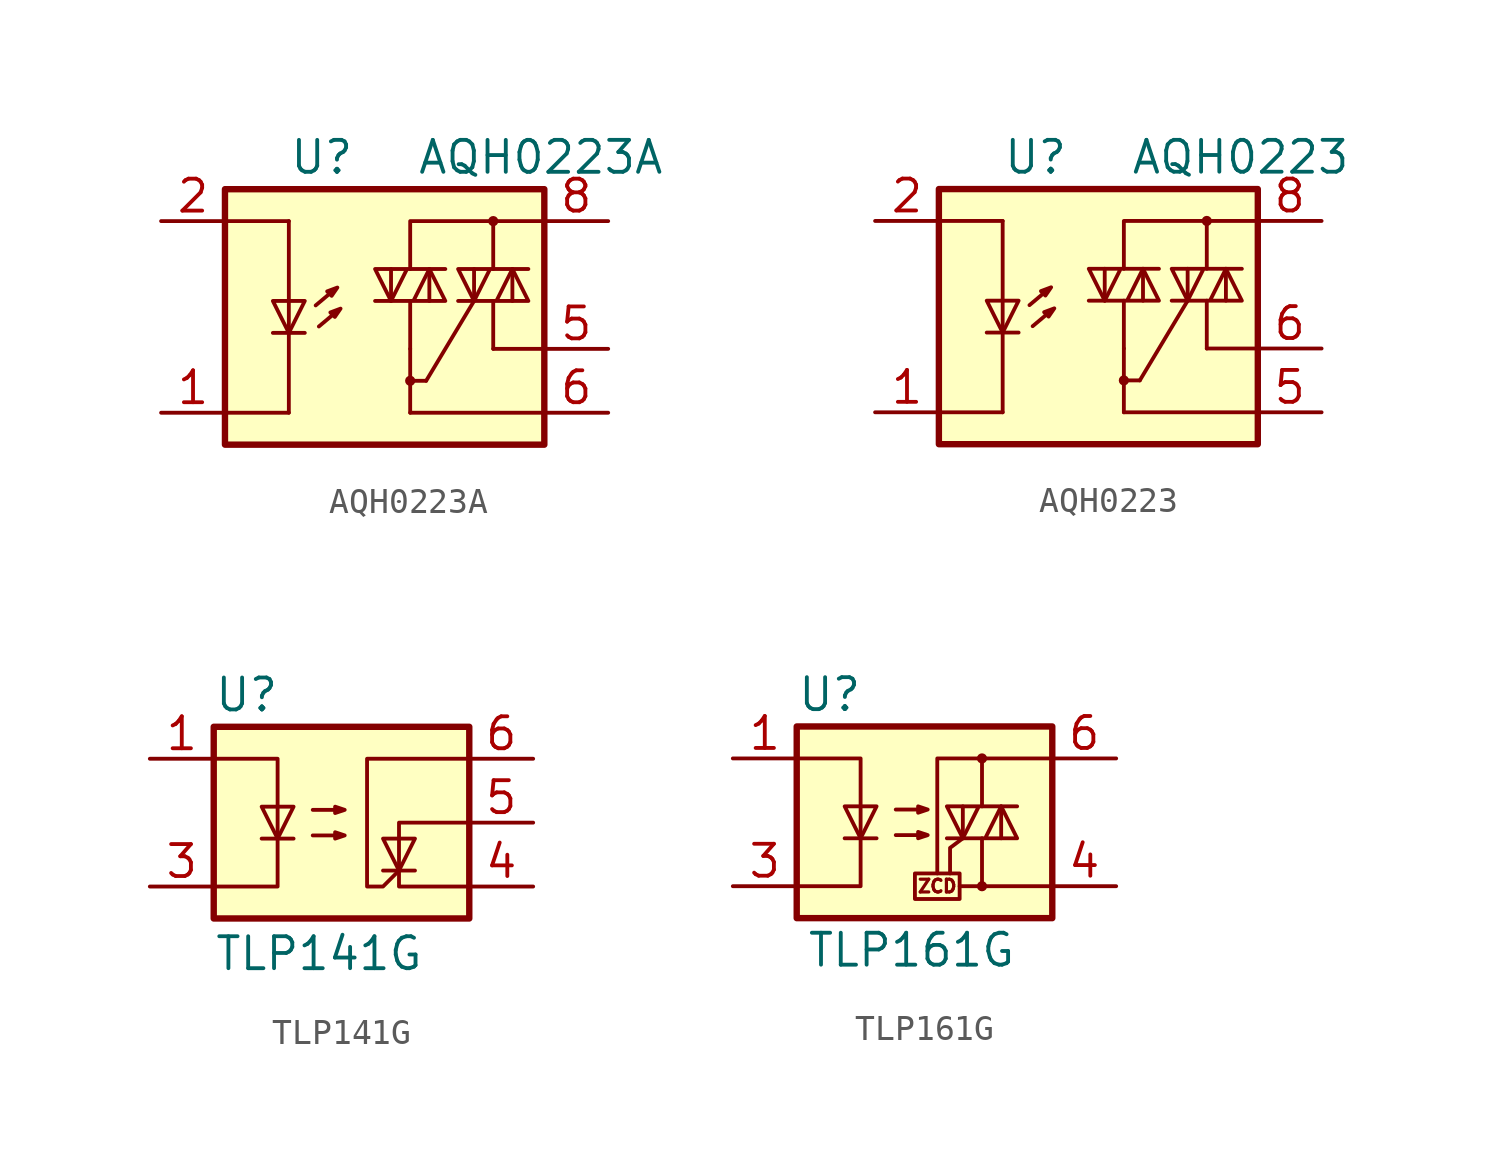
<source format=kicad_sym>
(kicad_symbol_lib
  (version 20201005)
  (generator kicad_symbol_editor)
  (symbol "AQH0223A"
    (property "Reference" "U"
      (at -5.08 5.08 0)
      (effects (font (size 1.27 1.27)) (justify left)))
    (property "Value" "AQH0223A"
      (at 0 5.08 0)
      (effects (font (size 1.27 1.27)) (justify left)))
    (symbol "AQH0223A_1_1"
      (circle (center -0.254 -3.81) (radius 0.127) (stroke (width 0)) (fill (type none)))
      (circle (center 3.048 2.54) (radius 0.127) (stroke (width 0)) (fill (type none)))
      (rectangle (start -7.62 3.81) (end 5.08 -6.35) (stroke (width 0.254)) (fill (type background)))
      (polyline (pts (xy -5.715 -1.905) (xy -4.445 -1.905)) (stroke (width 0)) (fill (type none)))
      (polyline (pts (xy -5.08 -5.08) (xy -7.62 -5.08)) (stroke (width 0)) (fill (type none)))
      (polyline (pts (xy -5.08 -1.905) (xy -5.08 -5.08)) (stroke (width 0)) (fill (type none)))
      (polyline (pts (xy -5.08 -0.635) (xy -5.08 -1.905)) (stroke (width 0)) (fill (type none)))
      (polyline (pts (xy -5.08 -0.635) (xy -5.08 2.54)) (stroke (width 0)) (fill (type none)))
      (polyline (pts (xy -5.08 2.54) (xy -7.493 2.54)) (stroke (width 0)) (fill (type none)))
      (polyline (pts (xy -3.378 -0.279) (xy -4.013 -0.813)) (stroke (width 0)) (fill (type none)))
      (polyline (pts (xy -3.251 -1.118) (xy -3.886 -1.651)) (stroke (width 0)) (fill (type none)))
      (polyline (pts (xy -1.016 -0.635) (xy -1.016 0.635)) (stroke (width 0)) (fill (type none)))
      (polyline (pts (xy -0.254 -3.81) (xy 0.381 -3.81)) (stroke (width 0)) (fill (type none)))
      (polyline (pts (xy -0.254 -2.54) (xy -0.254 -5.08)) (stroke (width 0)) (fill (type none)))
      (polyline (pts (xy -0.254 -2.54) (xy -0.254 -0.635)) (stroke (width 0)) (fill (type none)))
      (polyline (pts (xy 0.381 -3.81) (xy 2.286 -0.635)) (stroke (width 0)) (fill (type none)))
      (polyline (pts (xy 0.508 0.635) (xy 0.508 -0.635)) (stroke (width 0)) (fill (type none)))
      (polyline (pts (xy 2.286 -0.635) (xy 2.286 0.635)) (stroke (width 0)) (fill (type none)))
      (polyline (pts (xy 3.048 -2.54) (xy 5.08 -2.54)) (stroke (width 0)) (fill (type none)))
      (polyline (pts (xy 3.048 -0.635) (xy 3.048 -2.54)) (stroke (width 0)) (fill (type none)))
      (polyline (pts (xy 3.048 2.54) (xy 3.048 0.635)) (stroke (width 0)) (fill (type none)))
      (polyline (pts (xy 3.81 0.635) (xy 3.81 -0.635)) (stroke (width 0)) (fill (type none)))
      (polyline (pts (xy 5.08 -5.08) (xy -0.254 -5.08)) (stroke (width 0)) (fill (type none)))
      (polyline (pts (xy 5.08 2.54) (xy 3.048 2.54)) (stroke (width 0)) (fill (type none)))
      (polyline (pts (xy 3.048 2.54) (xy -0.254 2.54) (xy -0.254 0.635)) (stroke (width 0)) (fill (type none)))
      (polyline (pts (xy -5.08 -1.905) (xy -5.715 -0.635) (xy -4.445 -0.635) (xy -5.08 -1.905)) (stroke (width 0)) (fill (type none)))
      (polyline (pts (xy -3.556 -0.254) (xy -3.378 -0.432) (xy -3.15 -0.102) (xy -3.556 -0.254)) (stroke (width 0)) (fill (type none)))
      (polyline (pts (xy -3.429 -1.092) (xy -3.251 -1.27) (xy -3.023 -0.94) (xy -3.429 -1.092)) (stroke (width 0)) (fill (type none)))
      (polyline (pts (xy -1.651 -0.635) (xy 1.143 -0.635) (xy 0.508 0.635) (xy -0.127 -0.635)) (stroke (width 0)) (fill (type none)))
      (polyline (pts (xy 1.143 0.635) (xy -1.651 0.635) (xy -1.016 -0.635) (xy -0.381 0.635)) (stroke (width 0)) (fill (type none)))
      (polyline (pts (xy 1.651 -0.635) (xy 4.445 -0.635) (xy 3.81 0.635) (xy 3.175 -0.635)) (stroke (width 0)) (fill (type none)))
      (polyline (pts (xy 4.445 0.635) (xy 1.651 0.635) (xy 2.286 -0.635) (xy 2.921 0.635)) (stroke (width 0)) (fill (type none)))
      (pin passive line (at -10.16 -5.08 0) (length 2.54) (name "~" (effects (font (size 1.27 1.27)))) (number "1" (effects (font (size 1.27 1.27)))))
      (pin passive line (at -10.16 2.54 0) (length 2.54) (name "~" (effects (font (size 1.27 1.27)))) (number "2" (effects (font (size 1.27 1.27)))))
      (pin passive line (at -10.16 -5.08 0) (length 2.54) hide (name "~" (effects (font (size 1.27 1.27)))) (number "3" (effects (font (size 1.27 1.27)))))
      (pin passive line (at -10.16 -5.08 0) (length 2.54) hide (name "~" (effects (font (size 1.27 1.27)))) (number "4" (effects (font (size 1.27 1.27)))))
      (pin passive line (at 7.62 -2.54 180) (length 2.54) (name "~" (effects (font (size 1.27 1.27)))) (number "5" (effects (font (size 1.27 1.27)))))
      (pin passive line (at 7.62 -5.08 180) (length 2.54) (name "~" (effects (font (size 1.27 1.27)))) (number "6" (effects (font (size 1.27 1.27)))))
      (pin passive line (at 7.62 2.54 180) (length 2.54) (name "~" (effects (font (size 1.27 1.27)))) (number "8" (effects (font (size 1.27 1.27)))))))
  (symbol "AQH0223"
    (property "Reference" "U"
      (at -5.08 5.08 0)
      (effects (font (size 1.27 1.27)) (justify left)))
    (property "Value" "AQH0223"
      (at 0 5.08 0)
      (effects (font (size 1.27 1.27)) (justify left)))
    (symbol "AQH0223_0_1"
      (polyline (pts (xy 3.048 -2.54) (xy 5.08 -2.54)) (stroke (width 0)) (fill (type none)))
      (polyline (pts (xy 3.048 -0.635) (xy 3.048 -2.54)) (stroke (width 0)) (fill (type none))))
    (symbol "AQH0223_1_1"
      (circle (center -0.254 -3.81) (radius 0.127) (stroke (width 0)) (fill (type none)))
      (circle (center 3.048 2.54) (radius 0.127) (stroke (width 0)) (fill (type none)))
      (rectangle (start -7.62 3.81) (end 5.08 -6.35) (stroke (width 0.254)) (fill (type background)))
      (polyline (pts (xy -5.715 -1.905) (xy -4.445 -1.905)) (stroke (width 0)) (fill (type none)))
      (polyline (pts (xy -5.08 -5.08) (xy -7.62 -5.08)) (stroke (width 0)) (fill (type none)))
      (polyline (pts (xy -5.08 -1.905) (xy -5.08 -5.08)) (stroke (width 0)) (fill (type none)))
      (polyline (pts (xy -5.08 -0.635) (xy -5.08 -1.905)) (stroke (width 0)) (fill (type none)))
      (polyline (pts (xy -5.08 -0.635) (xy -5.08 2.54)) (stroke (width 0)) (fill (type none)))
      (polyline (pts (xy -5.08 2.54) (xy -7.493 2.54)) (stroke (width 0)) (fill (type none)))
      (polyline (pts (xy -3.378 -0.279) (xy -4.013 -0.813)) (stroke (width 0)) (fill (type none)))
      (polyline (pts (xy -3.251 -1.118) (xy -3.886 -1.651)) (stroke (width 0)) (fill (type none)))
      (polyline (pts (xy -1.016 -0.635) (xy -1.016 0.635)) (stroke (width 0)) (fill (type none)))
      (polyline (pts (xy -0.254 -3.81) (xy 0.381 -3.81)) (stroke (width 0)) (fill (type none)))
      (polyline (pts (xy -0.254 -2.54) (xy -0.254 -5.08)) (stroke (width 0)) (fill (type none)))
      (polyline (pts (xy -0.254 -2.54) (xy -0.254 -0.635)) (stroke (width 0)) (fill (type none)))
      (polyline (pts (xy 0.381 -3.81) (xy 2.286 -0.635)) (stroke (width 0)) (fill (type none)))
      (polyline (pts (xy 0.508 0.635) (xy 0.508 -0.635)) (stroke (width 0)) (fill (type none)))
      (polyline (pts (xy 2.286 -0.635) (xy 2.286 0.635)) (stroke (width 0)) (fill (type none)))
      (polyline (pts (xy 3.048 2.54) (xy 3.048 0.635)) (stroke (width 0)) (fill (type none)))
      (polyline (pts (xy 3.81 0.635) (xy 3.81 -0.635)) (stroke (width 0)) (fill (type none)))
      (polyline (pts (xy 5.08 -5.08) (xy -0.254 -5.08)) (stroke (width 0)) (fill (type none)))
      (polyline (pts (xy 5.08 2.54) (xy 3.048 2.54)) (stroke (width 0)) (fill (type none)))
      (polyline (pts (xy 3.048 2.54) (xy -0.254 2.54) (xy -0.254 0.635)) (stroke (width 0)) (fill (type none)))
      (polyline (pts (xy -5.08 -1.905) (xy -5.715 -0.635) (xy -4.445 -0.635) (xy -5.08 -1.905)) (stroke (width 0)) (fill (type none)))
      (polyline (pts (xy -3.556 -0.254) (xy -3.378 -0.432) (xy -3.15 -0.102) (xy -3.556 -0.254)) (stroke (width 0)) (fill (type none)))
      (polyline (pts (xy -3.429 -1.092) (xy -3.251 -1.27) (xy -3.023 -0.94) (xy -3.429 -1.092)) (stroke (width 0)) (fill (type none)))
      (polyline (pts (xy -1.651 -0.635) (xy 1.143 -0.635) (xy 0.508 0.635) (xy -0.127 -0.635)) (stroke (width 0)) (fill (type none)))
      (polyline (pts (xy 1.143 0.635) (xy -1.651 0.635) (xy -1.016 -0.635) (xy -0.381 0.635)) (stroke (width 0)) (fill (type none)))
      (polyline (pts (xy 1.651 -0.635) (xy 4.445 -0.635) (xy 3.81 0.635) (xy 3.175 -0.635)) (stroke (width 0)) (fill (type none)))
      (polyline (pts (xy 4.445 0.635) (xy 1.651 0.635) (xy 2.286 -0.635) (xy 2.921 0.635)) (stroke (width 0)) (fill (type none)))
      (pin passive line (at -10.16 -5.08 0) (length 2.54) (name "~" (effects (font (size 1.27 1.27)))) (number "1" (effects (font (size 1.27 1.27)))))
      (pin passive line (at -10.16 2.54 0) (length 2.54) (name "~" (effects (font (size 1.27 1.27)))) (number "2" (effects (font (size 1.27 1.27)))))
      (pin passive line (at -10.16 -5.08 0) (length 2.54) hide (name "~" (effects (font (size 1.27 1.27)))) (number "3" (effects (font (size 1.27 1.27)))))
      (pin passive line (at -10.16 -5.08 0) (length 2.54) hide (name "~" (effects (font (size 1.27 1.27)))) (number "4" (effects (font (size 1.27 1.27)))))
      (pin passive line (at 7.62 -5.08 180) (length 2.54) (name "~" (effects (font (size 1.27 1.27)))) (number "5" (effects (font (size 1.27 1.27)))))
      (pin passive line (at 7.62 -2.54 180) (length 2.54) (name "~" (effects (font (size 1.27 1.27)))) (number "6" (effects (font (size 1.27 1.27)))))
      (pin passive line (at 7.62 2.54 180) (length 2.54) (name "~" (effects (font (size 1.27 1.27)))) (number "8" (effects (font (size 1.27 1.27)))))))
  (symbol "TLP141G"
    (property "Reference" "U"
      (at -5.08 5.08 0)
      (effects (font (size 1.27 1.27)) (justify left)))
    (property "Value" "TLP141G"
      (at -5.08 -5.207 0)
      (effects (font (size 1.27 1.27)) (justify left)))
    (symbol "TLP141G_0_1"
      (rectangle (start -5.08 3.81) (end 5.08 -3.81) (stroke (width 0.254)) (fill (type background)))
      (polyline (pts (xy -3.175 -0.635) (xy -1.905 -0.635)) (stroke (width 0)) (fill (type none)))
      (polyline (pts (xy 1.651 -1.905) (xy 2.921 -1.905)) (stroke (width 0)) (fill (type none)))
      (polyline (pts (xy -5.08 2.54) (xy -2.54 2.54) (xy -2.54 -2.54) (xy -5.08 -2.54)) (stroke (width 0)) (fill (type none)))
      (polyline (pts (xy -2.54 -0.635) (xy -3.175 0.635) (xy -1.905 0.635) (xy -2.54 -0.635)) (stroke (width 0)) (fill (type none)))
      (polyline (pts (xy 2.921 -0.635) (xy 1.651 -0.635) (xy 2.286 -1.905) (xy 2.921 -0.635)) (stroke (width 0)) (fill (type none)))
      (polyline (pts (xy 5.08 0) (xy 2.286 0) (xy 2.286 -2.54) (xy 5.08 -2.54)) (stroke (width 0)) (fill (type none)))
      (polyline (pts (xy -1.143 -0.508) (xy 0.127 -0.508) (xy -0.254 -0.635) (xy -0.254 -0.381) (xy 0.127 -0.508)) (stroke (width 0)) (fill (type none)))
      (polyline (pts (xy -1.143 0.508) (xy 0.127 0.508) (xy -0.254 0.381) (xy -0.254 0.635) (xy 0.127 0.508)) (stroke (width 0)) (fill (type none)))
      (polyline (pts (xy 2.286 -1.905) (xy 1.651 -2.54) (xy 1.016 -2.54) (xy 1.016 2.54) (xy 5.08 2.54)) (stroke (width 0)) (fill (type none))))
    (symbol "TLP141G_1_1"
      (pin passive line (at -7.62 2.54 0) (length 2.54) (name "~" (effects (font (size 1.27 1.27)))) (number "1" (effects (font (size 1.27 1.27)))))
      (pin passive line (at -7.62 -2.54 0) (length 2.54) (name "~" (effects (font (size 1.27 1.27)))) (number "3" (effects (font (size 1.27 1.27)))))
      (pin passive line (at 7.62 -2.54 180) (length 2.54) (name "~" (effects (font (size 1.27 1.27)))) (number "4" (effects (font (size 1.27 1.27)))))
      (pin passive line (at 7.62 0 180) (length 2.54) (name "~" (effects (font (size 1.27 1.27)))) (number "5" (effects (font (size 1.27 1.27)))))
      (pin passive line (at 7.62 2.54 180) (length 2.54) (name "~" (effects (font (size 1.27 1.27)))) (number "6" (effects (font (size 1.27 1.27)))))))
  (symbol "TLP161G"
    (property "Reference" "U"
      (at -5.08 5.08 0)
      (effects (font (size 1.27 1.27)) (justify left)))
    (property "Value" "TLP161G"
      (at -4.699 -5.08 0)
      (effects (font (size 1.27 1.27)) (justify left)))
    (symbol "TLP161G_0_0"
      (text "ZCD" (at 0.508 -2.54 0) (effects (font (size 0.508 0.508))))
      (rectangle (start -0.381 -2.032) (end 1.397 -3.048) (stroke (width 0)) (fill (type none)))
      (polyline (pts (xy 2.286 -2.54) (xy 1.397 -2.54)) (stroke (width 0)) (fill (type none)))
      (polyline (pts (xy 1.524 -0.635) (xy 1.016 -1.016) (xy 1.016 -2.032)) (stroke (width 0)) (fill (type none))))
    (symbol "TLP161G_0_1"
      (circle (center 2.286 -2.54) (radius 0.127) (stroke (width 0)) (fill (type none)))
      (circle (center 2.286 2.54) (radius 0.127) (stroke (width 0)) (fill (type none)))
      (rectangle (start -5.08 3.81) (end 5.08 -3.81) (stroke (width 0.254)) (fill (type background)))
      (polyline (pts (xy -3.175 -0.635) (xy -1.905 -0.635)) (stroke (width 0)) (fill (type none)))
      (polyline (pts (xy 1.524 -0.635) (xy 1.524 0.635)) (stroke (width 0)) (fill (type none)))
      (polyline (pts (xy 3.048 0.635) (xy 3.048 -0.635)) (stroke (width 0)) (fill (type none)))
      (polyline (pts (xy 2.286 -0.635) (xy 2.286 -2.54) (xy 5.08 -2.54)) (stroke (width 0)) (fill (type none)))
      (polyline (pts (xy 2.286 0.635) (xy 2.286 2.54) (xy 5.08 2.54)) (stroke (width 0)) (fill (type none)))
      (polyline (pts (xy 2.286 2.54) (xy 0.508 2.54) (xy 0.508 -2.032)) (stroke (width 0)) (fill (type none)))
      (polyline (pts (xy -5.08 2.54) (xy -2.54 2.54) (xy -2.54 -2.54) (xy -5.08 -2.54)) (stroke (width 0)) (fill (type none)))
      (polyline (pts (xy -2.54 -0.635) (xy -3.175 0.635) (xy -1.905 0.635) (xy -2.54 -0.635)) (stroke (width 0)) (fill (type none)))
      (polyline (pts (xy 0.889 -0.635) (xy 3.683 -0.635) (xy 3.048 0.635) (xy 2.413 -0.635)) (stroke (width 0)) (fill (type none)))
      (polyline (pts (xy 3.683 0.635) (xy 0.889 0.635) (xy 1.524 -0.635) (xy 2.159 0.635)) (stroke (width 0)) (fill (type none)))
      (polyline (pts (xy -1.143 -0.508) (xy 0.127 -0.508) (xy -0.254 -0.635) (xy -0.254 -0.381) (xy 0.127 -0.508)) (stroke (width 0)) (fill (type none)))
      (polyline (pts (xy -1.143 0.508) (xy 0.127 0.508) (xy -0.254 0.381) (xy -0.254 0.635) (xy 0.127 0.508)) (stroke (width 0)) (fill (type none))))
    (symbol "TLP161G_1_1"
      (pin passive line (at -7.62 2.54 0) (length 2.54) (name "~" (effects (font (size 1.27 1.27)))) (number "1" (effects (font (size 1.27 1.27)))))
      (pin passive line (at -7.62 -2.54 0) (length 2.54) (name "~" (effects (font (size 1.27 1.27)))) (number "3" (effects (font (size 1.27 1.27)))))
      (pin passive line (at 7.62 -2.54 180) (length 2.54) (name "~" (effects (font (size 1.27 1.27)))) (number "4" (effects (font (size 1.27 1.27)))))
      (pin passive line (at 7.62 2.54 180) (length 2.54) (name "~" (effects (font (size 1.27 1.27)))) (number "6" (effects (font (size 1.27 1.27))))))))
</source>
